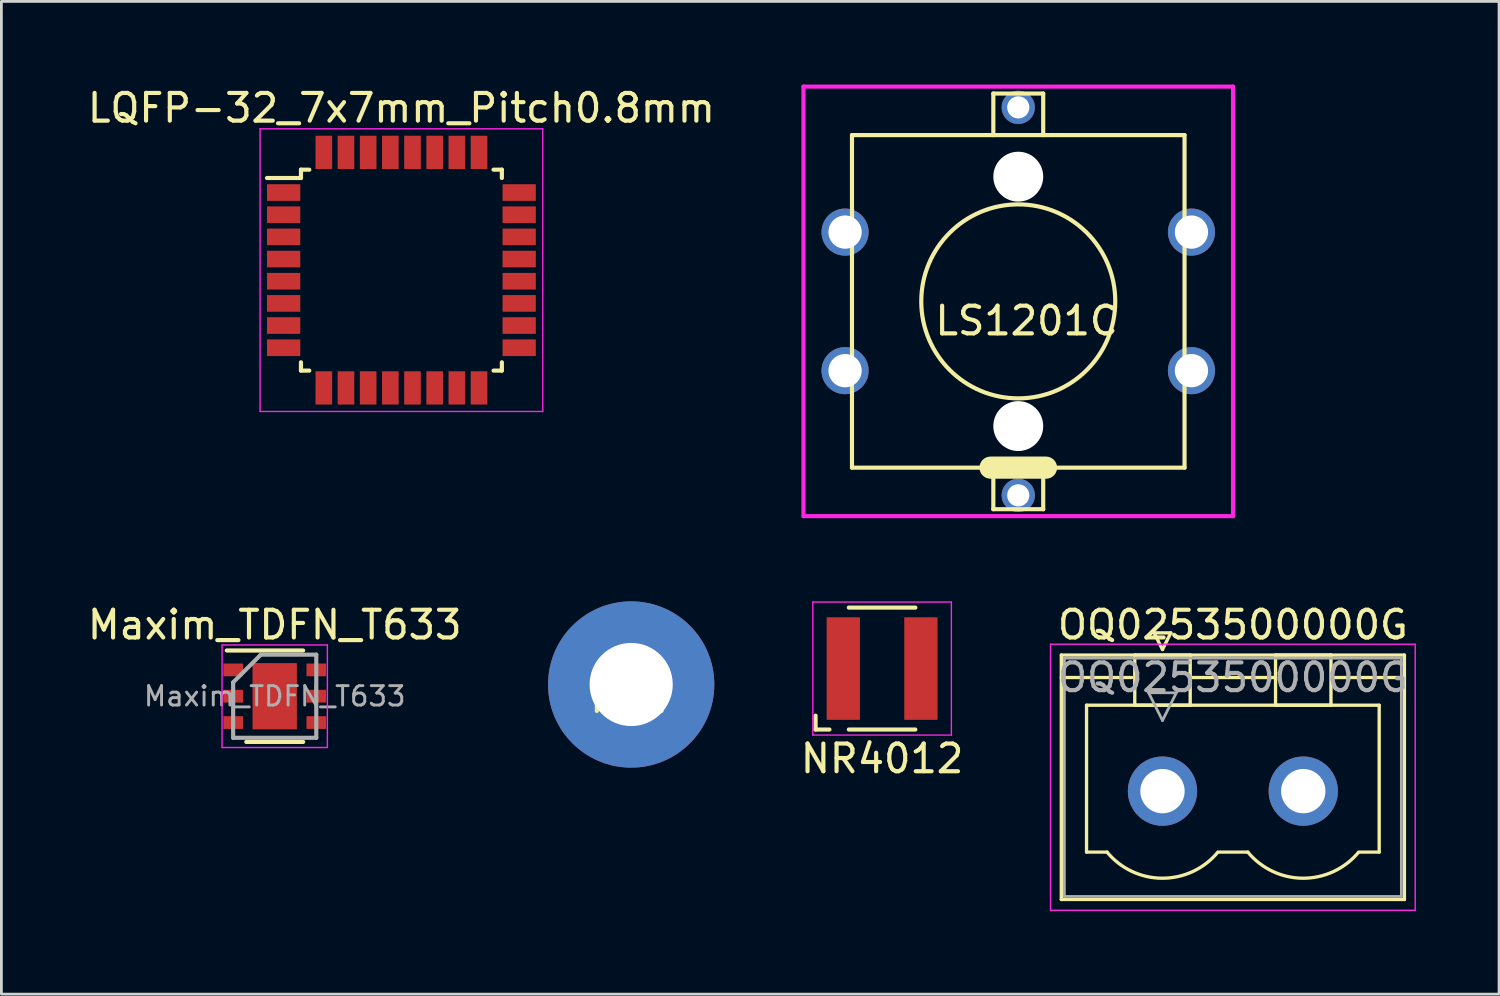
<source format=kicad_pcb>
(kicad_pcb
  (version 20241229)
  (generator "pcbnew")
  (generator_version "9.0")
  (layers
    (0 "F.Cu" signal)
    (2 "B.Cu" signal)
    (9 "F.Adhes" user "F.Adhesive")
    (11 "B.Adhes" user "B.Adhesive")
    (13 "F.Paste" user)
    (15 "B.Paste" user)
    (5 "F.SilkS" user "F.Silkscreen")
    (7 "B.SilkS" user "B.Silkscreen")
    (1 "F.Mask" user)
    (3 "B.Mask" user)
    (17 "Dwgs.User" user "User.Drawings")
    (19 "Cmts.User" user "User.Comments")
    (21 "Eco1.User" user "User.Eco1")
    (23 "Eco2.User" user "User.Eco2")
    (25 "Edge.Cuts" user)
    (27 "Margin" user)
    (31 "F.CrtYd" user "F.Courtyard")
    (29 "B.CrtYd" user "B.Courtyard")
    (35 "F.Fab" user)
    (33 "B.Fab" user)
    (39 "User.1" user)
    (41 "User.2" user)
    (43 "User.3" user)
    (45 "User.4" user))
  (footprint "NR4012"
    (layer "F.Cu")
    (at 28.78 21.075)
    (property "Reference" "NR4012" (at 0 3.25 0) (layer "F.SilkS") (effects (font (size 1 1) (thickness 0.15))))
    (attr smd)
    (fp_line (start -2.4 2.2) (end -2.4 1.7) (stroke (width 0.15) (type solid)) (layer "F.SilkS"))
    (fp_line (start -1.9 2.2) (end -2.4 2.2) (stroke (width 0.15) (type solid)) (layer "F.SilkS"))
    (fp_line (start -1.2 -2.2) (end 1.2 -2.2) (stroke (width 0.15) (type solid)) (layer "F.SilkS"))
    (fp_line (start 1.2 2.2) (end -1.2 2.2) (stroke (width 0.15) (type solid)) (layer "F.SilkS"))
    (fp_line (start -2.5 -2.4) (end 2.5 -2.4) (stroke (width 0.05) (type solid)) (layer "F.CrtYd"))
    (fp_line (start -2.5 2.4) (end -2.5 -2.4) (stroke (width 0.05) (type solid)) (layer "F.CrtYd"))
    (fp_line (start 2.5 -2.4) (end 2.5 2.4) (stroke (width 0.05) (type solid)) (layer "F.CrtYd"))
    (fp_line (start 2.5 2.4) (end -2.5 2.4) (stroke (width 0.05) (type solid)) (layer "F.CrtYd"))
    (pad "1" smd rect (at -1.4 0) (size 1.2 3.7) (layers "F.Cu" "F.Mask" "F.Paste"))
    (pad "2" smd rect (at 1.4 0) (size 1.2 3.7) (layers "F.Cu" "F.Mask" "F.Paste")))
  (footprint "LS1201C"
    (layer "F.Cu")
    (at 33.694 7.825)
    (property "Reference" "LS1201C" (at 0.3 0.7 0) (layer "F.SilkS") (effects (font (size 1 1) (thickness 0.15))))
    (attr through_hole)
    (fp_line (start -6 -6) (end 6 -6) (stroke (width 0.15) (type solid)) (layer "F.SilkS"))
    (fp_line (start -6 6) (end -6 -6) (stroke (width 0.15) (type solid)) (layer "F.SilkS"))
    (fp_line (start -1 6) (end 1 6) (stroke (width 0.8) (type solid)) (layer "F.SilkS"))
    (fp_line (start -0.9 -7.5) (end 0.9 -7.5) (stroke (width 0.15) (type solid)) (layer "F.SilkS"))
    (fp_line (start -0.9 -6) (end -0.9 -7.5) (stroke (width 0.15) (type solid)) (layer "F.SilkS"))
    (fp_line (start -0.9 7.5) (end -0.9 6) (stroke (width 0.15) (type solid)) (layer "F.SilkS"))
    (fp_line (start 0.9 -7.5) (end 0.9 -6) (stroke (width 0.15) (type solid)) (layer "F.SilkS"))
    (fp_line (start 0.9 6) (end 0.9 7.5) (stroke (width 0.15) (type solid)) (layer "F.SilkS"))
    (fp_line (start 0.9 7.5) (end -0.9 7.5) (stroke (width 0.15) (type solid)) (layer "F.SilkS"))
    (fp_line (start 6 -6) (end 6 6) (stroke (width 0.15) (type solid)) (layer "F.SilkS"))
    (fp_line (start 6 6) (end -6 6) (stroke (width 0.15) (type solid)) (layer "F.SilkS"))
    (fp_circle (center 0 0) (end 3.5 0) (stroke (width 0.15) (type solid)) (fill no) (layer "F.SilkS"))
    (fp_line (start -7.75 -7.75) (end 7.75 -7.75) (stroke (width 0.15) (type solid)) (layer "F.CrtYd"))
    (fp_line (start -7.75 7.75) (end -7.75 -7.75) (stroke (width 0.15) (type solid)) (layer "F.CrtYd"))
    (fp_line (start -7.75 7.75) (end 7.75 7.75) (stroke (width 0.15) (type solid)) (layer "F.CrtYd"))
    (fp_line (start 7.75 7.75) (end 7.75 -7.75) (stroke (width 0.15) (type solid)) (layer "F.CrtYd"))
    (pad "" np_thru_hole circle (at 0 -4.5) (size 1.8 1.8) (drill 1.8) (layers "*.Cu" "*.Mask"))
    (pad "" np_thru_hole circle (at 0 4.5) (size 1.8 1.8) (drill 1.8) (layers "*.Cu" "*.Mask"))
    (pad "1" thru_hole circle (at -6.25 -2.5) (size 1.7 1.7) (drill 1.2) (layers "*.Cu" "*.Mask"))
    (pad "1" thru_hole circle (at -6.25 2.5) (size 1.7 1.7) (drill 1.2) (layers "*.Cu" "*.Mask"))
    (pad "2" thru_hole circle (at 6.25 -2.5) (size 1.7 1.7) (drill 1.2) (layers "*.Cu" "*.Mask"))
    (pad "2" thru_hole circle (at 6.25 2.5) (size 1.7 1.7) (drill 1.2) (layers "*.Cu" "*.Mask"))
    (pad "3" thru_hole circle (at 0 -7) (size 1.2 1.2) (drill 0.8) (layers "*.Cu" "*.Mask"))
    (pad "4" thru_hole circle (at 0 7) (size 1.2 1.2) (drill 0.8) (layers "*.Cu" "*.Mask")))
  (footprint "LQFP-32_7x7mm_Pitch0.8mm"
    (layer "F.Cu")
    (at 11.435 6.698)
    (property "Reference" "LQFP-32_7x7mm_Pitch0.8mm" (at 0 -5.85 0) (layer "F.SilkS") (effects (font (size 1 1) (thickness 0.15))))
    (attr smd)
    (fp_line (start -3.625 -3.625) (end -3.625 -3.325) (stroke (width 0.15) (type solid)) (layer "F.SilkS"))
    (fp_line (start -3.625 -3.625) (end -3.325 -3.625) (stroke (width 0.15) (type solid)) (layer "F.SilkS"))
    (fp_line (start -3.625 -3.325) (end -4.85 -3.325) (stroke (width 0.15) (type solid)) (layer "F.SilkS"))
    (fp_line (start -3.625 3.625) (end -3.625 3.325) (stroke (width 0.15) (type solid)) (layer "F.SilkS"))
    (fp_line (start -3.625 3.625) (end -3.325 3.625) (stroke (width 0.15) (type solid)) (layer "F.SilkS"))
    (fp_line (start 3.625 -3.625) (end 3.325 -3.625) (stroke (width 0.15) (type solid)) (layer "F.SilkS"))
    (fp_line (start 3.625 -3.625) (end 3.625 -3.325) (stroke (width 0.15) (type solid)) (layer "F.SilkS"))
    (fp_line (start 3.625 3.625) (end 3.325 3.625) (stroke (width 0.15) (type solid)) (layer "F.SilkS"))
    (fp_line (start 3.625 3.625) (end 3.625 3.325) (stroke (width 0.15) (type solid)) (layer "F.SilkS"))
    (fp_line (start -5.1 -5.1) (end -5.1 5.1) (stroke (width 0.05) (type solid)) (layer "F.CrtYd"))
    (fp_line (start -5.1 -5.1) (end 5.1 -5.1) (stroke (width 0.05) (type solid)) (layer "F.CrtYd"))
    (fp_line (start -5.1 5.1) (end 5.1 5.1) (stroke (width 0.05) (type solid)) (layer "F.CrtYd"))
    (fp_line (start 5.1 -5.1) (end 5.1 5.1) (stroke (width 0.05) (type solid)) (layer "F.CrtYd"))
    (pad "1" smd rect (at -4.25 -2.8) (size 1.2 0.6) (layers "F.Cu" "F.Mask" "F.Paste"))
    (pad "2" smd rect (at -4.25 -2) (size 1.2 0.6) (layers "F.Cu" "F.Mask" "F.Paste"))
    (pad "3" smd rect (at -4.25 -1.2) (size 1.2 0.6) (layers "F.Cu" "F.Mask" "F.Paste"))
    (pad "4" smd rect (at -4.25 -0.4) (size 1.2 0.6) (layers "F.Cu" "F.Mask" "F.Paste"))
    (pad "5" smd rect (at -4.25 0.4) (size 1.2 0.6) (layers "F.Cu" "F.Mask" "F.Paste"))
    (pad "6" smd rect (at -4.25 1.2) (size 1.2 0.6) (layers "F.Cu" "F.Mask" "F.Paste"))
    (pad "7" smd rect (at -4.25 2) (size 1.2 0.6) (layers "F.Cu" "F.Mask" "F.Paste"))
    (pad "8" smd rect (at -4.25 2.8) (size 1.2 0.6) (layers "F.Cu" "F.Mask" "F.Paste"))
    (pad "9" smd rect (at -2.8 4.25 90) (size 1.2 0.6) (layers "F.Cu" "F.Mask" "F.Paste"))
    (pad "10" smd rect (at -2 4.25 90) (size 1.2 0.6) (layers "F.Cu" "F.Mask" "F.Paste"))
    (pad "11" smd rect (at -1.2 4.25 90) (size 1.2 0.6) (layers "F.Cu" "F.Mask" "F.Paste"))
    (pad "12" smd rect (at -0.4 4.25 90) (size 1.2 0.6) (layers "F.Cu" "F.Mask" "F.Paste"))
    (pad "13" smd rect (at 0.4 4.25 90) (size 1.2 0.6) (layers "F.Cu" "F.Mask" "F.Paste"))
    (pad "14" smd rect (at 1.2 4.25 90) (size 1.2 0.6) (layers "F.Cu" "F.Mask" "F.Paste"))
    (pad "15" smd rect (at 2 4.25 90) (size 1.2 0.6) (layers "F.Cu" "F.Mask" "F.Paste"))
    (pad "16" smd rect (at 2.8 4.25 90) (size 1.2 0.6) (layers "F.Cu" "F.Mask" "F.Paste"))
    (pad "17" smd rect (at 4.25 2.8) (size 1.2 0.6) (layers "F.Cu" "F.Mask" "F.Paste"))
    (pad "18" smd rect (at 4.25 2) (size 1.2 0.6) (layers "F.Cu" "F.Mask" "F.Paste"))
    (pad "19" smd rect (at 4.25 1.2) (size 1.2 0.6) (layers "F.Cu" "F.Mask" "F.Paste"))
    (pad "20" smd rect (at 4.25 0.4) (size 1.2 0.6) (layers "F.Cu" "F.Mask" "F.Paste"))
    (pad "21" smd rect (at 4.25 -0.4) (size 1.2 0.6) (layers "F.Cu" "F.Mask" "F.Paste"))
    (pad "22" smd rect (at 4.25 -1.2) (size 1.2 0.6) (layers "F.Cu" "F.Mask" "F.Paste"))
    (pad "23" smd rect (at 4.25 -2) (size 1.2 0.6) (layers "F.Cu" "F.Mask" "F.Paste"))
    (pad "24" smd rect (at 4.25 -2.8) (size 1.2 0.6) (layers "F.Cu" "F.Mask" "F.Paste"))
    (pad "25" smd rect (at 2.8 -4.25 90) (size 1.2 0.6) (layers "F.Cu" "F.Mask" "F.Paste"))
    (pad "26" smd rect (at 2 -4.25 90) (size 1.2 0.6) (layers "F.Cu" "F.Mask" "F.Paste"))
    (pad "27" smd rect (at 1.2 -4.25 90) (size 1.2 0.6) (layers "F.Cu" "F.Mask" "F.Paste"))
    (pad "28" smd rect (at 0.4 -4.25 90) (size 1.2 0.6) (layers "F.Cu" "F.Mask" "F.Paste"))
    (pad "29" smd rect (at -0.4 -4.25 90) (size 1.2 0.6) (layers "F.Cu" "F.Mask" "F.Paste"))
    (pad "30" smd rect (at -1.2 -4.25 90) (size 1.2 0.6) (layers "F.Cu" "F.Mask" "F.Paste"))
    (pad "31" smd rect (at -2 -4.25 90) (size 1.2 0.6) (layers "F.Cu" "F.Mask" "F.Paste"))
    (pad "32" smd rect (at -2.8 -4.25 90) (size 1.2 0.6) (layers "F.Cu" "F.Mask" "F.Paste")))
  (footprint "MNT"
    (layer "F.Cu")
    (at 19.726 21.65)
    (property "Reference" "MNT" (at 0 0.5 0) (layer "F.SilkS") (effects (font (size 1 1) (thickness 0.15))))
    (attr through_hole)
    (pad "1" thru_hole circle (at 0 0) (size 6 6) (drill 3) (layers "*.Cu" "*.Mask")))
  (footprint "OQ0253500000G"
    (layer "F.Cu")
    (at 38.898 25.498)
    (property "Reference" "OQ0253500000G" (at 2.54 -6 0) (layer "F.SilkS") (effects (font (size 1 1) (thickness 0.15))))
    (attr through_hole)
    (fp_line (start -3.65 -4.91) (end -3.65 3.91) (stroke (width 0.12) (type solid)) (layer "F.SilkS"))
    (fp_line (start -3.65 -4.1) (end -1.11 -4.1) (stroke (width 0.12) (type solid)) (layer "F.SilkS"))
    (fp_line (start -3.65 3.91) (end 8.73 3.91) (stroke (width 0.12) (type solid)) (layer "F.SilkS"))
    (fp_line (start -2.74 -3.1) (end 7.82 -3.1) (stroke (width 0.12) (type solid)) (layer "F.SilkS"))
    (fp_line (start -2.74 2.2) (end -2.74 -3.1) (stroke (width 0.12) (type solid)) (layer "F.SilkS"))
    (fp_line (start -2 2.2) (end -2.74 2.2) (stroke (width 0.12) (type solid)) (layer "F.SilkS"))
    (fp_line (start -1 -4.91) (end 1 -4.91) (stroke (width 0.12) (type solid)) (layer "F.SilkS"))
    (fp_line (start -1 -3.1) (end -1 -4.91) (stroke (width 0.12) (type solid)) (layer "F.SilkS"))
    (fp_line (start -0.3 -5.71) (end 0.3 -5.71) (stroke (width 0.12) (type solid)) (layer "F.SilkS"))
    (fp_line (start 0 -5.11) (end -0.3 -5.71) (stroke (width 0.12) (type solid)) (layer "F.SilkS"))
    (fp_line (start 0.3 -5.71) (end 0 -5.11) (stroke (width 0.12) (type solid)) (layer "F.SilkS"))
    (fp_line (start 1 -4.91) (end 1 -3.1) (stroke (width 0.12) (type solid)) (layer "F.SilkS"))
    (fp_line (start 1 -4.1) (end 4.08 -4.1) (stroke (width 0.12) (type solid)) (layer "F.SilkS"))
    (fp_line (start 1 -3.1) (end -1 -3.1) (stroke (width 0.12) (type solid)) (layer "F.SilkS"))
    (fp_line (start 2 2.2) (end 3.08 2.2) (stroke (width 0.12) (type solid)) (layer "F.SilkS"))
    (fp_line (start 4.08 -4.91) (end 6.08 -4.91) (stroke (width 0.12) (type solid)) (layer "F.SilkS"))
    (fp_line (start 4.08 -3.1) (end 4.08 -4.91) (stroke (width 0.12) (type solid)) (layer "F.SilkS"))
    (fp_line (start 6.08 -4.91) (end 6.08 -3.1) (stroke (width 0.12) (type solid)) (layer "F.SilkS"))
    (fp_line (start 6.08 -3.1) (end 4.08 -3.1) (stroke (width 0.12) (type solid)) (layer "F.SilkS"))
    (fp_line (start 7.82 -3.1) (end 7.82 2.2) (stroke (width 0.12) (type solid)) (layer "F.SilkS"))
    (fp_line (start 7.82 2.2) (end 7.08 2.2) (stroke (width 0.12) (type solid)) (layer "F.SilkS"))
    (fp_line (start 8.73 -4.91) (end -3.65 -4.91) (stroke (width 0.12) (type solid)) (layer "F.SilkS"))
    (fp_line (start 8.73 -4.1) (end 6.19 -4.1) (stroke (width 0.12) (type solid)) (layer "F.SilkS"))
    (fp_line (start 8.73 3.91) (end 8.73 -4.91) (stroke (width 0.12) (type solid)) (layer "F.SilkS"))
    (fp_arc (start 1.986842 2.215821) (mid -0.010289 3.142758) (end -2 2.2) (stroke (width 0.12) (type solid)) (layer "F.SilkS"))
    (fp_arc (start 7.066842 2.215821) (mid 5.069711 3.142758) (end 3.08 2.2) (stroke (width 0.12) (type solid)) (layer "F.SilkS"))
    (fp_line (start -4.04 -5.3) (end -4.04 4.3) (stroke (width 0.05) (type solid)) (layer "F.CrtYd"))
    (fp_line (start -4.04 4.3) (end 9.12 4.3) (stroke (width 0.05) (type solid)) (layer "F.CrtYd"))
    (fp_line (start 9.12 -5.3) (end -4.04 -5.3) (stroke (width 0.05) (type solid)) (layer "F.CrtYd"))
    (fp_line (start 9.12 4.3) (end 9.12 -5.3) (stroke (width 0.05) (type solid)) (layer "F.CrtYd"))
    (fp_line (start -3.54 -4.8) (end -3.54 3.8) (stroke (width 0.1) (type solid)) (layer "F.Fab"))
    (fp_line (start -3.54 3.8) (end 8.62 3.8) (stroke (width 0.1) (type solid)) (layer "F.Fab"))
    (fp_line (start -0.5 -3.55) (end 0.5 -3.55) (stroke (width 0.1) (type solid)) (layer "F.Fab"))
    (fp_line (start 0 -2.55) (end -0.5 -3.55) (stroke (width 0.1) (type solid)) (layer "F.Fab"))
    (fp_line (start 0.5 -3.55) (end 0 -2.55) (stroke (width 0.1) (type solid)) (layer "F.Fab"))
    (fp_line (start 8.62 -4.8) (end -3.54 -4.8) (stroke (width 0.1) (type solid)) (layer "F.Fab"))
    (fp_line (start 8.62 3.8) (end 8.62 -4.8) (stroke (width 0.1) (type solid)) (layer "F.Fab"))
    (fp_text user "${REFERENCE}" (at 2.54 -4.1 0) (layer "F.Fab") (effects (font (size 1 1) (thickness 0.15))))
    (pad "1" thru_hole circle (at 0 0) (size 2.5 2.5) (drill 1.6) (layers "*.Cu" "*.Mask"))
    (pad "2" thru_hole circle (at 5.08 0) (size 2.5 2.5) (drill 1.6) (layers "*.Cu" "*.Mask")))
  (footprint "Maxim_TDFN_T633"
    (layer "F.Cu")
    (at 6.863 22.073)
    (property "Reference" "Maxim_TDFN_T633" (at 0 -2.575 0) (layer "F.SilkS") (effects (font (size 1 1) (thickness 0.15))))
    (attr smd)
    (fp_line (start -1.73 -1.65) (end 1.025 -1.65) (stroke (width 0.15) (type solid)) (layer "F.SilkS"))
    (fp_line (start -1.025 1.65) (end 1.025 1.65) (stroke (width 0.15) (type solid)) (layer "F.SilkS"))
    (fp_line (start -1.9 -1.85) (end -1.9 1.85) (stroke (width 0.05) (type solid)) (layer "F.CrtYd"))
    (fp_line (start -1.9 -1.85) (end 1.9 -1.85) (stroke (width 0.05) (type solid)) (layer "F.CrtYd"))
    (fp_line (start -1.9 1.85) (end 1.9 1.85) (stroke (width 0.05) (type solid)) (layer "F.CrtYd"))
    (fp_line (start 1.9 -1.85) (end 1.9 1.85) (stroke (width 0.05) (type solid)) (layer "F.CrtYd"))
    (fp_line (start -1.5 -0.5) (end -0.5 -1.5) (stroke (width 0.15) (type solid)) (layer "F.Fab"))
    (fp_line (start -1.5 1.5) (end -1.5 -0.5) (stroke (width 0.15) (type solid)) (layer "F.Fab"))
    (fp_line (start -0.5 -1.5) (end 1.5 -1.5) (stroke (width 0.15) (type solid)) (layer "F.Fab"))
    (fp_line (start 1.5 -1.5) (end 1.5 1.5) (stroke (width 0.15) (type solid)) (layer "F.Fab"))
    (fp_line (start 1.5 1.5) (end -1.5 1.5) (stroke (width 0.15) (type solid)) (layer "F.Fab"))
    (fp_text user "${REFERENCE}" (at 0 0 0) (layer "F.Fab") (effects (font (size 0.7 0.7) (thickness 0.105))))
    (pad "" smd rect (at -0.425 -0.866) (size 0.66 0.65) (layers "F.Paste"))
    (pad "" smd rect (at -0.425 0) (size 0.66 0.73) (layers "F.Paste"))
    (pad "" smd rect (at -0.425 0.866) (size 0.66 0.65) (layers "F.Paste"))
    (pad "" smd rect (at 0.425 -0.866) (size 0.66 0.65) (layers "F.Paste"))
    (pad "" smd rect (at 0.425 0) (size 0.66 0.73) (layers "F.Paste"))
    (pad "" smd rect (at 0.425 0.866) (size 0.66 0.65) (layers "F.Paste"))
    (pad "1" smd rect (at -1.5 -0.95) (size 0.71 0.46) (layers "F.Cu" "F.Mask" "F.Paste"))
    (pad "2" smd rect (at -1.5 0) (size 0.71 0.46) (layers "F.Cu" "F.Mask" "F.Paste"))
    (pad "3" smd rect (at -1.5 0.95) (size 0.71 0.46) (layers "F.Cu" "F.Mask" "F.Paste"))
    (pad "4" smd rect (at 1.5 0.95) (size 0.71 0.46) (layers "F.Cu" "F.Mask" "F.Paste"))
    (pad "5" smd rect (at 1.5 0) (size 0.71 0.46) (layers "F.Cu" "F.Mask" "F.Paste"))
    (pad "6" smd rect (at 1.5 -0.95) (size 0.71 0.46) (layers "F.Cu" "F.Mask" "F.Paste"))
    (pad "7" smd rect (at 0 0) (size 1.6 2.39) (layers "F.Cu" "F.Mask")))
  (gr_rect
    (start -3 -3)
    (end 51.043 32.823)
    (stroke (width 0.1) (type default))
    (fill no)
    (layer "Edge.Cuts")))
</source>
